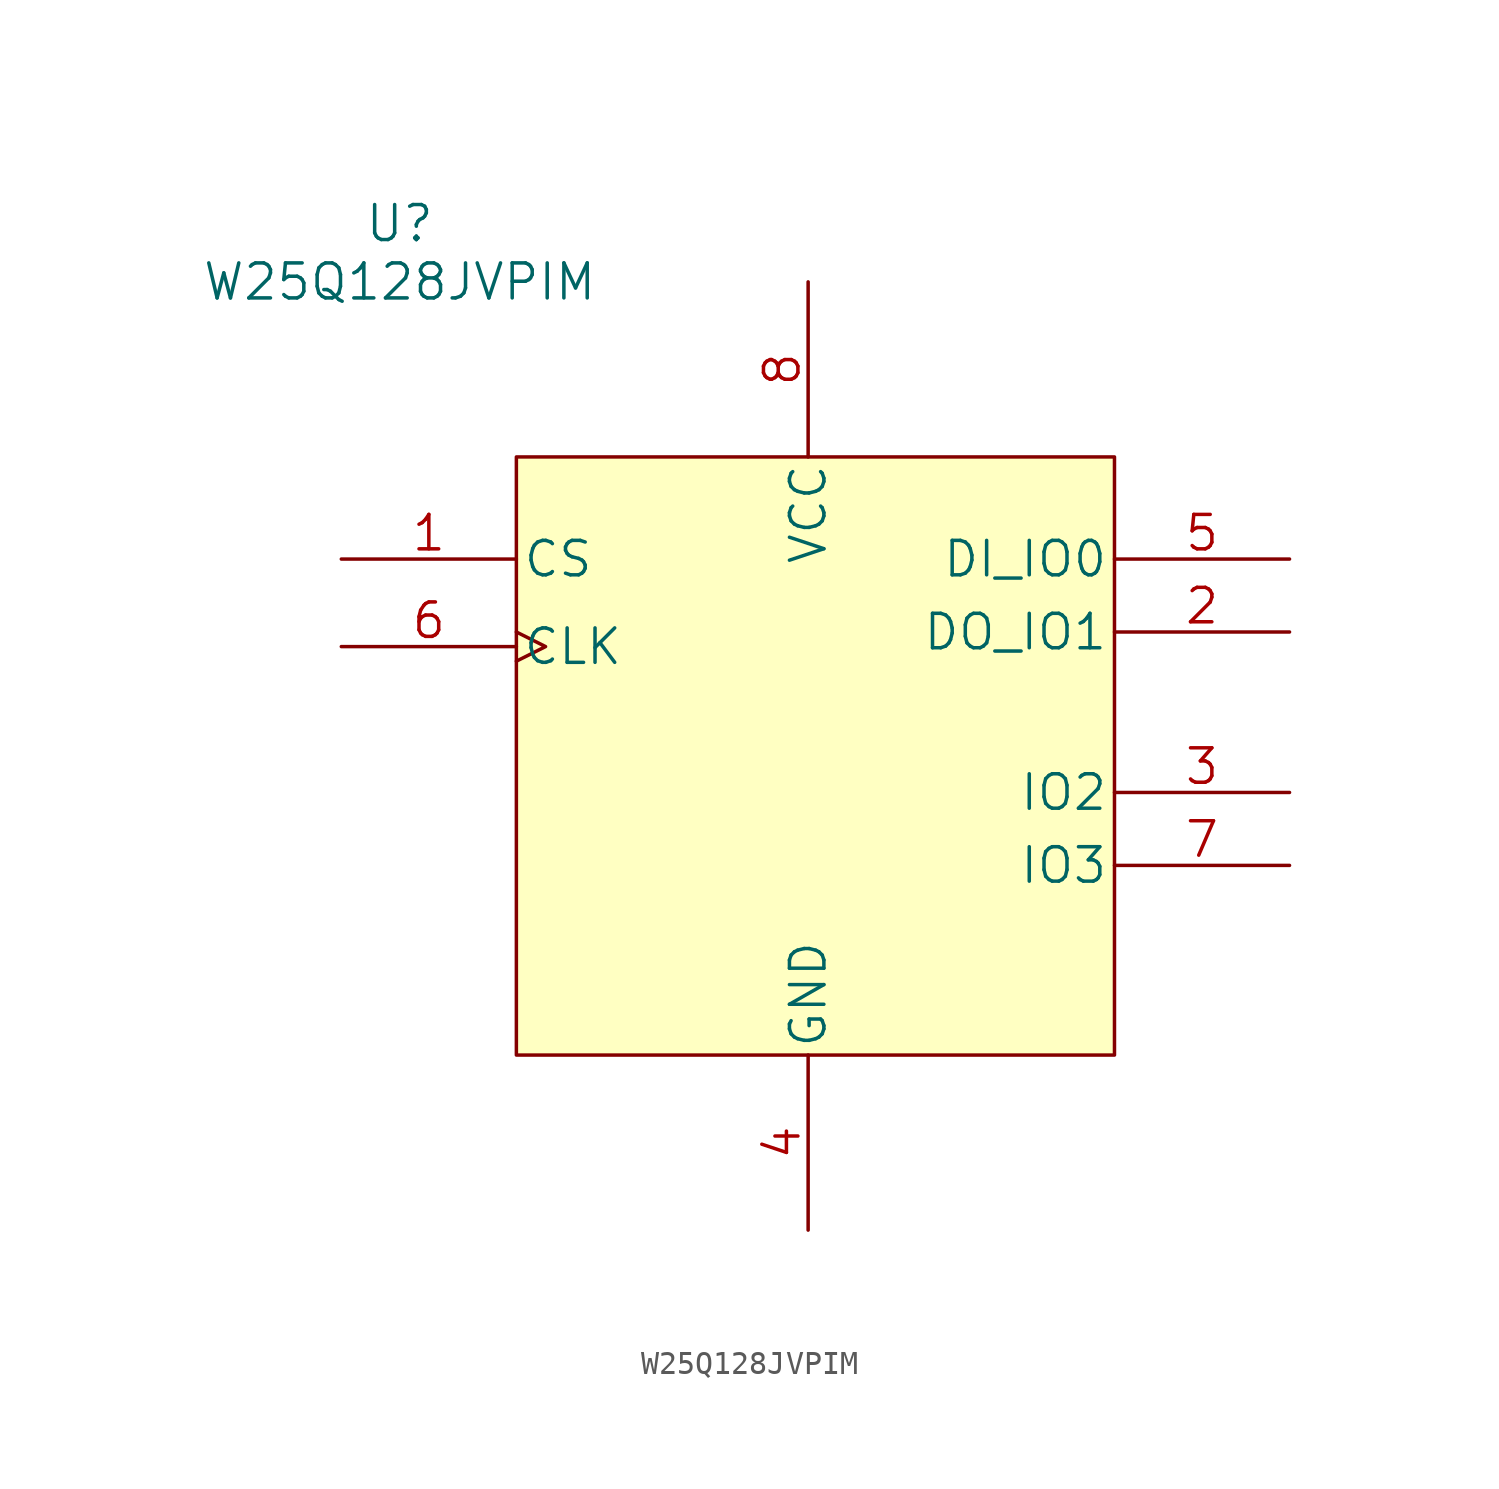
<source format=kicad_sym>
(kicad_symbol_lib
  (version 20210619)
  (generator kicad_symbol_editor)
  (symbol "W25Q128:W25Q128JVPIM"
    (pin_names
      (offset 0.254))
    (property "Reference" "U"
      (at -17.78 22.86 0)
      (effects (font (size 1.524 1.524))))
    (property "Value" "W25Q128JVPIM"
      (at -17.78 20.32 0)
      (effects (font (size 1.524 1.524))))
    (property "Datasheet" ""
      (at -17.78 -20.955 0)
      (effects (font (size 1.524 1.524))))
    (property "ki_locked" ""
      (at 0 0 0)
      (effects (font (size 1.27 1.27))))
    (symbol "W25Q128JVPIM_1_1"
      (rectangle (start -12.7 12.7) (end 13.335 -13.335) (stroke (width 0.152)) (fill (type background)))
      (pin input line (at -20.32 8.255 0) (length 7.62) (name "CS" (effects (font (size 1.499 1.499)))) (number "1" (effects (font (size 1.499 1.499)))))
      (pin bidirectional line (at 20.955 5.08 180) (length 7.62) (name "DO_IO1" (effects (font (size 1.499 1.499)))) (number "2" (effects (font (size 1.499 1.499)))))
      (pin bidirectional line (at 20.955 -1.905 180) (length 7.62) (name "IO2" (effects (font (size 1.499 1.499)))) (number "3" (effects (font (size 1.499 1.499)))))
      (pin power_in line (at 0 -20.955 90) (length 7.62) (name "GND" (effects (font (size 1.499 1.499)))) (number "4" (effects (font (size 1.499 1.499)))))
      (pin bidirectional line (at 20.955 8.255 180) (length 7.62) (name "DI_IO0" (effects (font (size 1.499 1.499)))) (number "5" (effects (font (size 1.499 1.499)))))
      (pin input clock (at -20.32 4.445 0) (length 7.62) (name "CLK" (effects (font (size 1.499 1.499)))) (number "6" (effects (font (size 1.499 1.499)))))
      (pin bidirectional line (at 20.955 -5.08 180) (length 7.62) (name "IO3" (effects (font (size 1.499 1.499)))) (number "7" (effects (font (size 1.499 1.499)))))
      (pin power_in line (at 0 20.32 270) (length 7.62) (name "VCC" (effects (font (size 1.499 1.499)))) (number "8" (effects (font (size 1.499 1.499))))))))
</source>
